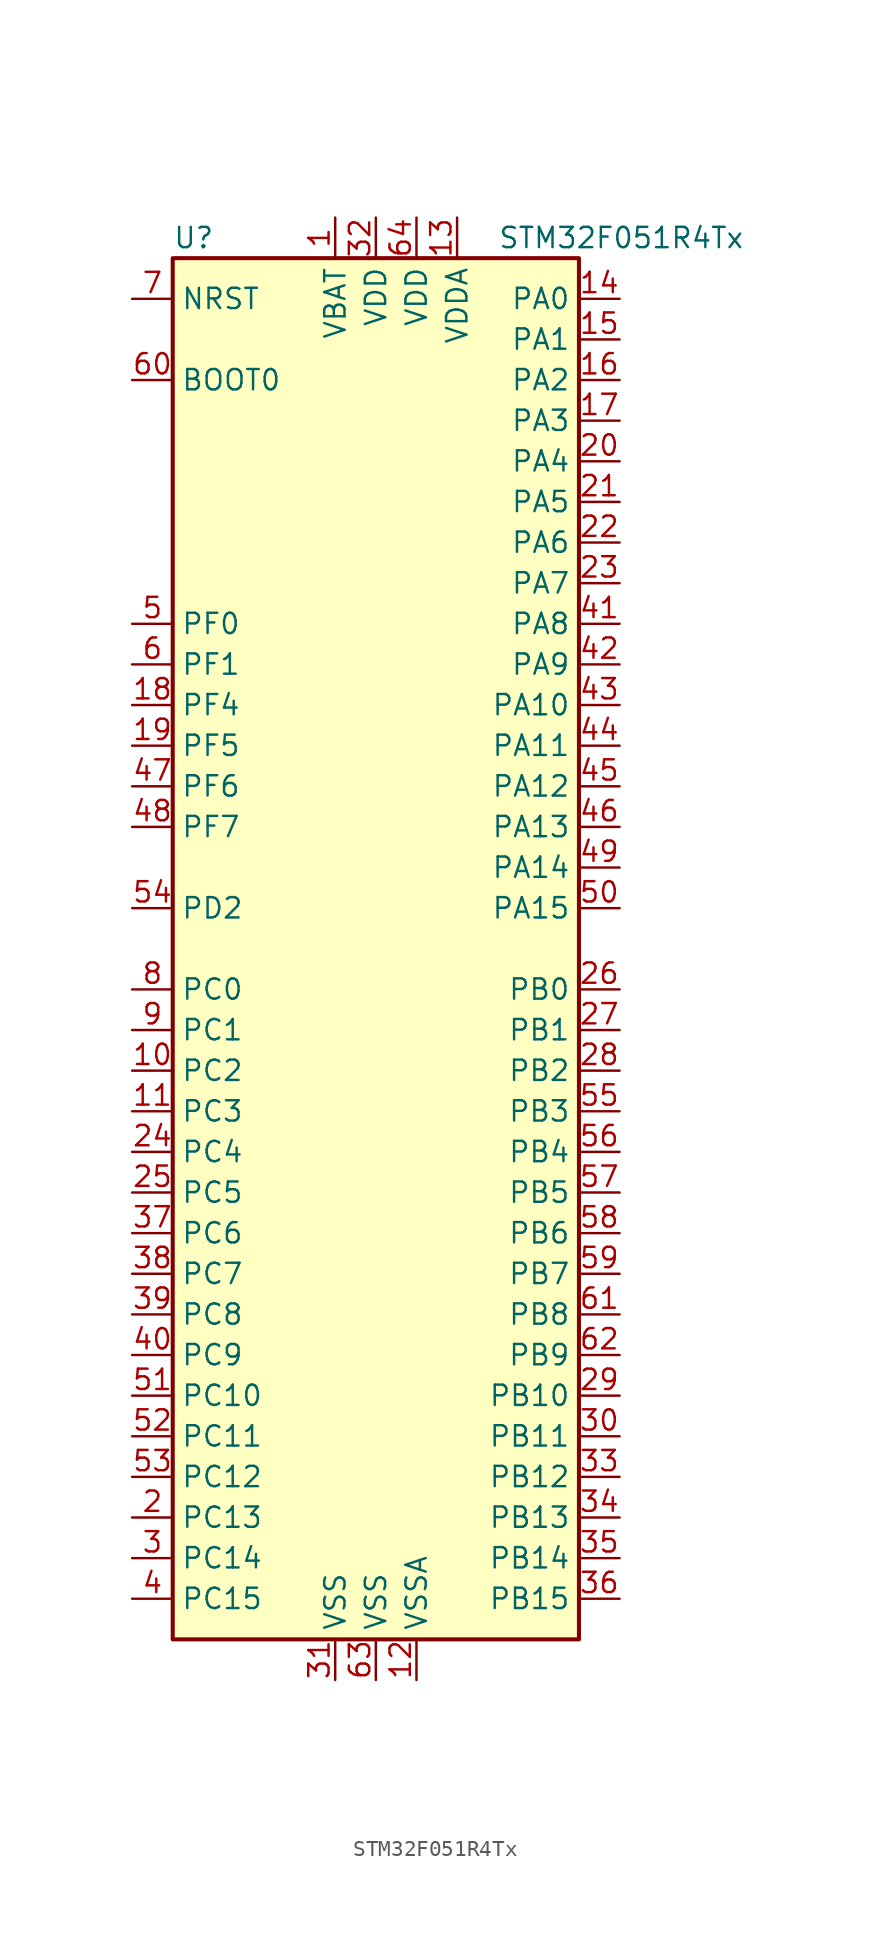
<source format=kicad_sym>
(kicad_symbol_lib
  (version 20201005)
  (generator kicad_symbol_editor)
  (symbol "STM32F051R4Tx"
    (property "Reference" "U"
      (at -12.7 44.45 0)
      (effects (font (size 1.27 1.27)) (justify left)))
    (property "Value" "STM32F051R4Tx"
      (at 7.62 44.45 0)
      (effects (font (size 1.27 1.27)) (justify left)))
    (symbol "STM32F051R4Tx_0_1"
      (rectangle (start -12.7 -43.18) (end 12.7 43.18) (stroke (width 0.254)) (fill (type background))))
    (symbol "STM32F051R4Tx_1_1"
      (pin power_in line (at -2.54 45.72 270) (length 2.54) (name "VBAT" (effects (font (size 1.27 1.27)))) (number "1" (effects (font (size 1.27 1.27)))))
      (pin bidirectional line (at -15.24 -7.62 0) (length 2.54) (name "PC2" (effects (font (size 1.27 1.27)))) (number "10" (effects (font (size 1.27 1.27)))))
      (pin bidirectional line (at -15.24 -10.16 0) (length 2.54) (name "PC3" (effects (font (size 1.27 1.27)))) (number "11" (effects (font (size 1.27 1.27)))))
      (pin power_in line (at 2.54 -45.72 90) (length 2.54) (name "VSSA" (effects (font (size 1.27 1.27)))) (number "12" (effects (font (size 1.27 1.27)))))
      (pin power_in line (at 5.08 45.72 270) (length 2.54) (name "VDDA" (effects (font (size 1.27 1.27)))) (number "13" (effects (font (size 1.27 1.27)))))
      (pin bidirectional line (at 15.24 40.64 180) (length 2.54) (name "PA0" (effects (font (size 1.27 1.27)))) (number "14" (effects (font (size 1.27 1.27)))))
      (pin bidirectional line (at 15.24 38.1 180) (length 2.54) (name "PA1" (effects (font (size 1.27 1.27)))) (number "15" (effects (font (size 1.27 1.27)))))
      (pin bidirectional line (at 15.24 35.56 180) (length 2.54) (name "PA2" (effects (font (size 1.27 1.27)))) (number "16" (effects (font (size 1.27 1.27)))))
      (pin bidirectional line (at 15.24 33.02 180) (length 2.54) (name "PA3" (effects (font (size 1.27 1.27)))) (number "17" (effects (font (size 1.27 1.27)))))
      (pin bidirectional line (at -15.24 15.24 0) (length 2.54) (name "PF4" (effects (font (size 1.27 1.27)))) (number "18" (effects (font (size 1.27 1.27)))))
      (pin bidirectional line (at -15.24 12.7 0) (length 2.54) (name "PF5" (effects (font (size 1.27 1.27)))) (number "19" (effects (font (size 1.27 1.27)))))
      (pin bidirectional line (at -15.24 -35.56 0) (length 2.54) (name "PC13" (effects (font (size 1.27 1.27)))) (number "2" (effects (font (size 1.27 1.27)))))
      (pin bidirectional line (at 15.24 30.48 180) (length 2.54) (name "PA4" (effects (font (size 1.27 1.27)))) (number "20" (effects (font (size 1.27 1.27)))))
      (pin bidirectional line (at 15.24 27.94 180) (length 2.54) (name "PA5" (effects (font (size 1.27 1.27)))) (number "21" (effects (font (size 1.27 1.27)))))
      (pin bidirectional line (at 15.24 25.4 180) (length 2.54) (name "PA6" (effects (font (size 1.27 1.27)))) (number "22" (effects (font (size 1.27 1.27)))))
      (pin bidirectional line (at 15.24 22.86 180) (length 2.54) (name "PA7" (effects (font (size 1.27 1.27)))) (number "23" (effects (font (size 1.27 1.27)))))
      (pin bidirectional line (at -15.24 -12.7 0) (length 2.54) (name "PC4" (effects (font (size 1.27 1.27)))) (number "24" (effects (font (size 1.27 1.27)))))
      (pin bidirectional line (at -15.24 -15.24 0) (length 2.54) (name "PC5" (effects (font (size 1.27 1.27)))) (number "25" (effects (font (size 1.27 1.27)))))
      (pin bidirectional line (at 15.24 -2.54 180) (length 2.54) (name "PB0" (effects (font (size 1.27 1.27)))) (number "26" (effects (font (size 1.27 1.27)))))
      (pin bidirectional line (at 15.24 -5.08 180) (length 2.54) (name "PB1" (effects (font (size 1.27 1.27)))) (number "27" (effects (font (size 1.27 1.27)))))
      (pin bidirectional line (at 15.24 -7.62 180) (length 2.54) (name "PB2" (effects (font (size 1.27 1.27)))) (number "28" (effects (font (size 1.27 1.27)))))
      (pin bidirectional line (at 15.24 -27.94 180) (length 2.54) (name "PB10" (effects (font (size 1.27 1.27)))) (number "29" (effects (font (size 1.27 1.27)))))
      (pin bidirectional line (at -15.24 -38.1 0) (length 2.54) (name "PC14" (effects (font (size 1.27 1.27)))) (number "3" (effects (font (size 1.27 1.27)))))
      (pin bidirectional line (at 15.24 -30.48 180) (length 2.54) (name "PB11" (effects (font (size 1.27 1.27)))) (number "30" (effects (font (size 1.27 1.27)))))
      (pin power_in line (at -2.54 -45.72 90) (length 2.54) (name "VSS" (effects (font (size 1.27 1.27)))) (number "31" (effects (font (size 1.27 1.27)))))
      (pin power_in line (at 0 45.72 270) (length 2.54) (name "VDD" (effects (font (size 1.27 1.27)))) (number "32" (effects (font (size 1.27 1.27)))))
      (pin bidirectional line (at 15.24 -33.02 180) (length 2.54) (name "PB12" (effects (font (size 1.27 1.27)))) (number "33" (effects (font (size 1.27 1.27)))))
      (pin bidirectional line (at 15.24 -35.56 180) (length 2.54) (name "PB13" (effects (font (size 1.27 1.27)))) (number "34" (effects (font (size 1.27 1.27)))))
      (pin bidirectional line (at 15.24 -38.1 180) (length 2.54) (name "PB14" (effects (font (size 1.27 1.27)))) (number "35" (effects (font (size 1.27 1.27)))))
      (pin bidirectional line (at 15.24 -40.64 180) (length 2.54) (name "PB15" (effects (font (size 1.27 1.27)))) (number "36" (effects (font (size 1.27 1.27)))))
      (pin bidirectional line (at -15.24 -17.78 0) (length 2.54) (name "PC6" (effects (font (size 1.27 1.27)))) (number "37" (effects (font (size 1.27 1.27)))))
      (pin bidirectional line (at -15.24 -20.32 0) (length 2.54) (name "PC7" (effects (font (size 1.27 1.27)))) (number "38" (effects (font (size 1.27 1.27)))))
      (pin bidirectional line (at -15.24 -22.86 0) (length 2.54) (name "PC8" (effects (font (size 1.27 1.27)))) (number "39" (effects (font (size 1.27 1.27)))))
      (pin bidirectional line (at -15.24 -40.64 0) (length 2.54) (name "PC15" (effects (font (size 1.27 1.27)))) (number "4" (effects (font (size 1.27 1.27)))))
      (pin bidirectional line (at -15.24 -25.4 0) (length 2.54) (name "PC9" (effects (font (size 1.27 1.27)))) (number "40" (effects (font (size 1.27 1.27)))))
      (pin bidirectional line (at 15.24 20.32 180) (length 2.54) (name "PA8" (effects (font (size 1.27 1.27)))) (number "41" (effects (font (size 1.27 1.27)))))
      (pin bidirectional line (at 15.24 17.78 180) (length 2.54) (name "PA9" (effects (font (size 1.27 1.27)))) (number "42" (effects (font (size 1.27 1.27)))))
      (pin bidirectional line (at 15.24 15.24 180) (length 2.54) (name "PA10" (effects (font (size 1.27 1.27)))) (number "43" (effects (font (size 1.27 1.27)))))
      (pin bidirectional line (at 15.24 12.7 180) (length 2.54) (name "PA11" (effects (font (size 1.27 1.27)))) (number "44" (effects (font (size 1.27 1.27)))))
      (pin bidirectional line (at 15.24 10.16 180) (length 2.54) (name "PA12" (effects (font (size 1.27 1.27)))) (number "45" (effects (font (size 1.27 1.27)))))
      (pin bidirectional line (at 15.24 7.62 180) (length 2.54) (name "PA13" (effects (font (size 1.27 1.27)))) (number "46" (effects (font (size 1.27 1.27)))))
      (pin bidirectional line (at -15.24 10.16 0) (length 2.54) (name "PF6" (effects (font (size 1.27 1.27)))) (number "47" (effects (font (size 1.27 1.27)))))
      (pin bidirectional line (at -15.24 7.62 0) (length 2.54) (name "PF7" (effects (font (size 1.27 1.27)))) (number "48" (effects (font (size 1.27 1.27)))))
      (pin bidirectional line (at 15.24 5.08 180) (length 2.54) (name "PA14" (effects (font (size 1.27 1.27)))) (number "49" (effects (font (size 1.27 1.27)))))
      (pin input line (at -15.24 20.32 0) (length 2.54) (name "PF0" (effects (font (size 1.27 1.27)))) (number "5" (effects (font (size 1.27 1.27)))))
      (pin bidirectional line (at 15.24 2.54 180) (length 2.54) (name "PA15" (effects (font (size 1.27 1.27)))) (number "50" (effects (font (size 1.27 1.27)))))
      (pin bidirectional line (at -15.24 -27.94 0) (length 2.54) (name "PC10" (effects (font (size 1.27 1.27)))) (number "51" (effects (font (size 1.27 1.27)))))
      (pin bidirectional line (at -15.24 -30.48 0) (length 2.54) (name "PC11" (effects (font (size 1.27 1.27)))) (number "52" (effects (font (size 1.27 1.27)))))
      (pin bidirectional line (at -15.24 -33.02 0) (length 2.54) (name "PC12" (effects (font (size 1.27 1.27)))) (number "53" (effects (font (size 1.27 1.27)))))
      (pin bidirectional line (at -15.24 2.54 0) (length 2.54) (name "PD2" (effects (font (size 1.27 1.27)))) (number "54" (effects (font (size 1.27 1.27)))))
      (pin bidirectional line (at 15.24 -10.16 180) (length 2.54) (name "PB3" (effects (font (size 1.27 1.27)))) (number "55" (effects (font (size 1.27 1.27)))))
      (pin bidirectional line (at 15.24 -12.7 180) (length 2.54) (name "PB4" (effects (font (size 1.27 1.27)))) (number "56" (effects (font (size 1.27 1.27)))))
      (pin bidirectional line (at 15.24 -15.24 180) (length 2.54) (name "PB5" (effects (font (size 1.27 1.27)))) (number "57" (effects (font (size 1.27 1.27)))))
      (pin bidirectional line (at 15.24 -17.78 180) (length 2.54) (name "PB6" (effects (font (size 1.27 1.27)))) (number "58" (effects (font (size 1.27 1.27)))))
      (pin bidirectional line (at 15.24 -20.32 180) (length 2.54) (name "PB7" (effects (font (size 1.27 1.27)))) (number "59" (effects (font (size 1.27 1.27)))))
      (pin input line (at -15.24 17.78 0) (length 2.54) (name "PF1" (effects (font (size 1.27 1.27)))) (number "6" (effects (font (size 1.27 1.27)))))
      (pin input line (at -15.24 35.56 0) (length 2.54) (name "BOOT0" (effects (font (size 1.27 1.27)))) (number "60" (effects (font (size 1.27 1.27)))))
      (pin bidirectional line (at 15.24 -22.86 180) (length 2.54) (name "PB8" (effects (font (size 1.27 1.27)))) (number "61" (effects (font (size 1.27 1.27)))))
      (pin bidirectional line (at 15.24 -25.4 180) (length 2.54) (name "PB9" (effects (font (size 1.27 1.27)))) (number "62" (effects (font (size 1.27 1.27)))))
      (pin power_in line (at 0 -45.72 90) (length 2.54) (name "VSS" (effects (font (size 1.27 1.27)))) (number "63" (effects (font (size 1.27 1.27)))))
      (pin power_in line (at 2.54 45.72 270) (length 2.54) (name "VDD" (effects (font (size 1.27 1.27)))) (number "64" (effects (font (size 1.27 1.27)))))
      (pin input line (at -15.24 40.64 0) (length 2.54) (name "NRST" (effects (font (size 1.27 1.27)))) (number "7" (effects (font (size 1.27 1.27)))))
      (pin bidirectional line (at -15.24 -2.54 0) (length 2.54) (name "PC0" (effects (font (size 1.27 1.27)))) (number "8" (effects (font (size 1.27 1.27)))))
      (pin bidirectional line (at -15.24 -5.08 0) (length 2.54) (name "PC1" (effects (font (size 1.27 1.27)))) (number "9" (effects (font (size 1.27 1.27))))))))
</source>
